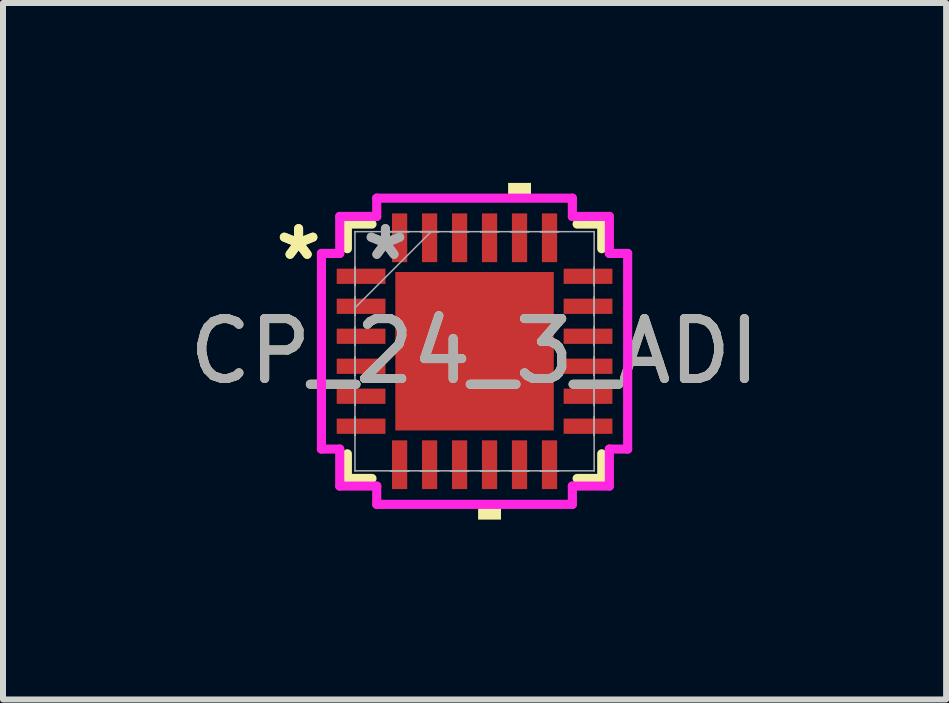
<source format=kicad_pcb>
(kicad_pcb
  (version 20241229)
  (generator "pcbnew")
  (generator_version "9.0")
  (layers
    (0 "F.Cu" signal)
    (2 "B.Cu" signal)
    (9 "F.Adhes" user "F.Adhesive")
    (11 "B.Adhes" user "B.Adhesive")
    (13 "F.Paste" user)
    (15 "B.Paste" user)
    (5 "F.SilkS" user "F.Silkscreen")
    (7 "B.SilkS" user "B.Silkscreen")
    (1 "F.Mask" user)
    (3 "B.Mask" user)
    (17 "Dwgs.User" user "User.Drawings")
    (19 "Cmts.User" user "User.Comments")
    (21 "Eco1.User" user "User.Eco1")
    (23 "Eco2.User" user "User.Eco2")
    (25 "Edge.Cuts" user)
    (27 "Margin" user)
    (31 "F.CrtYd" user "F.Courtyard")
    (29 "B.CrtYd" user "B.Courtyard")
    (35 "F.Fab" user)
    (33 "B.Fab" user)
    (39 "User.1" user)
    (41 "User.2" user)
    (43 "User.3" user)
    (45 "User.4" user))
  (footprint "CP_24_3_ADI"
    (layer "F.Cu")
    (at 4.863 2.807)
    (property "Reference" "CP_24_3_ADI" (at 0 0 0) (unlocked yes) (layer "F.SilkS") (effects (font (size 1 1) (thickness 0.15))))
    (attr smd)
    (fp_line (start -2.121 -2.121) (end -2.121 -1.71) (stroke (width 0.152) (type solid)) (layer "F.SilkS"))
    (fp_line (start -2.121 1.71) (end -2.121 2.121) (stroke (width 0.152) (type solid)) (layer "F.SilkS"))
    (fp_line (start -2.121 2.121) (end -1.71 2.121) (stroke (width 0.152) (type solid)) (layer "F.SilkS"))
    (fp_line (start -1.71 -2.121) (end -2.121 -2.121) (stroke (width 0.152) (type solid)) (layer "F.SilkS"))
    (fp_line (start 1.71 2.121) (end 2.121 2.121) (stroke (width 0.152) (type solid)) (layer "F.SilkS"))
    (fp_line (start 2.121 -2.121) (end 1.71 -2.121) (stroke (width 0.152) (type solid)) (layer "F.SilkS"))
    (fp_line (start 2.121 -1.71) (end 2.121 -2.121) (stroke (width 0.152) (type solid)) (layer "F.SilkS"))
    (fp_line (start 2.121 2.121) (end 2.121 1.71) (stroke (width 0.152) (type solid)) (layer "F.SilkS"))
    (fp_poly (pts (xy 0.059 2.553) (xy 0.059 2.807) (xy 0.441 2.807) (xy 0.441 2.553)) (stroke (width 0) (type solid)) (fill yes) (layer "F.SilkS"))
    (fp_poly (pts (xy 0.56 -2.553) (xy 0.56 -2.807) (xy 0.941 -2.807) (xy 0.941 -2.553)) (stroke (width 0) (type solid)) (fill yes) (layer "F.SilkS"))
    (fp_poly (pts (xy -1.221 -1.221) (xy -1.221 -0.1) (xy -0.1 -0.1) (xy -0.1 -1.221)) (stroke (width 0) (type solid)) (fill yes) (layer "F.Paste"))
    (fp_poly (pts (xy -1.221 0.1) (xy -1.221 1.221) (xy -0.1 1.221) (xy -0.1 0.1)) (stroke (width 0) (type solid)) (fill yes) (layer "F.Paste"))
    (fp_poly (pts (xy 0.1 -1.221) (xy 0.1 -0.1) (xy 1.221 -0.1) (xy 1.221 -1.221)) (stroke (width 0) (type solid)) (fill yes) (layer "F.Paste"))
    (fp_poly (pts (xy 0.1 0.1) (xy 0.1 1.221) (xy 1.221 1.221) (xy 1.221 0.1)) (stroke (width 0) (type solid)) (fill yes) (layer "F.Paste"))
    (fp_line (start -2.553 -1.631) (end -2.248 -1.631) (stroke (width 0.152) (type solid)) (layer "F.CrtYd"))
    (fp_line (start -2.553 1.631) (end -2.553 -1.631) (stroke (width 0.152) (type solid)) (layer "F.CrtYd"))
    (fp_line (start -2.248 -2.248) (end -1.631 -2.248) (stroke (width 0.152) (type solid)) (layer "F.CrtYd"))
    (fp_line (start -2.248 -1.631) (end -2.248 -2.248) (stroke (width 0.152) (type solid)) (layer "F.CrtYd"))
    (fp_line (start -2.248 1.631) (end -2.553 1.631) (stroke (width 0.152) (type solid)) (layer "F.CrtYd"))
    (fp_line (start -2.248 2.248) (end -2.248 1.631) (stroke (width 0.152) (type solid)) (layer "F.CrtYd"))
    (fp_line (start -1.631 -2.553) (end 1.631 -2.553) (stroke (width 0.152) (type solid)) (layer "F.CrtYd"))
    (fp_line (start -1.631 -2.248) (end -1.631 -2.553) (stroke (width 0.152) (type solid)) (layer "F.CrtYd"))
    (fp_line (start -1.631 2.248) (end -2.248 2.248) (stroke (width 0.152) (type solid)) (layer "F.CrtYd"))
    (fp_line (start -1.631 2.553) (end -1.631 2.248) (stroke (width 0.152) (type solid)) (layer "F.CrtYd"))
    (fp_line (start 1.631 -2.553) (end 1.631 -2.248) (stroke (width 0.152) (type solid)) (layer "F.CrtYd"))
    (fp_line (start 1.631 -2.248) (end 2.248 -2.248) (stroke (width 0.152) (type solid)) (layer "F.CrtYd"))
    (fp_line (start 1.631 2.248) (end 1.631 2.553) (stroke (width 0.152) (type solid)) (layer "F.CrtYd"))
    (fp_line (start 1.631 2.553) (end -1.631 2.553) (stroke (width 0.152) (type solid)) (layer "F.CrtYd"))
    (fp_line (start 2.248 -2.248) (end 2.248 -1.631) (stroke (width 0.152) (type solid)) (layer "F.CrtYd"))
    (fp_line (start 2.248 -1.631) (end 2.553 -1.631) (stroke (width 0.152) (type solid)) (layer "F.CrtYd"))
    (fp_line (start 2.248 1.631) (end 2.248 2.248) (stroke (width 0.152) (type solid)) (layer "F.CrtYd"))
    (fp_line (start 2.248 2.248) (end 1.631 2.248) (stroke (width 0.152) (type solid)) (layer "F.CrtYd"))
    (fp_line (start 2.553 -1.631) (end 2.553 1.631) (stroke (width 0.152) (type solid)) (layer "F.CrtYd"))
    (fp_line (start 2.553 1.631) (end 2.248 1.631) (stroke (width 0.152) (type solid)) (layer "F.CrtYd"))
    (fp_line (start -1.994 -1.994) (end -1.994 -1.994) (stroke (width 0.025) (type solid)) (layer "F.Fab"))
    (fp_line (start -1.994 -1.994) (end -1.994 1.994) (stroke (width 0.025) (type solid)) (layer "F.Fab"))
    (fp_line (start -1.994 -1.402) (end -1.994 -1.402) (stroke (width 0.025) (type solid)) (layer "F.Fab"))
    (fp_line (start -1.994 -1.402) (end -1.994 -1.098) (stroke (width 0.025) (type solid)) (layer "F.Fab"))
    (fp_line (start -1.994 -1.098) (end -1.994 -1.402) (stroke (width 0.025) (type solid)) (layer "F.Fab"))
    (fp_line (start -1.994 -1.098) (end -1.994 -1.098) (stroke (width 0.025) (type solid)) (layer "F.Fab"))
    (fp_line (start -1.994 -0.902) (end -1.994 -0.902) (stroke (width 0.025) (type solid)) (layer "F.Fab"))
    (fp_line (start -1.994 -0.902) (end -1.994 -0.598) (stroke (width 0.025) (type solid)) (layer "F.Fab"))
    (fp_line (start -1.994 -0.724) (end -0.724 -1.994) (stroke (width 0.025) (type solid)) (layer "F.Fab"))
    (fp_line (start -1.994 -0.598) (end -1.994 -0.902) (stroke (width 0.025) (type solid)) (layer "F.Fab"))
    (fp_line (start -1.994 -0.598) (end -1.994 -0.598) (stroke (width 0.025) (type solid)) (layer "F.Fab"))
    (fp_line (start -1.994 -0.402) (end -1.994 -0.402) (stroke (width 0.025) (type solid)) (layer "F.Fab"))
    (fp_line (start -1.994 -0.402) (end -1.994 -0.098) (stroke (width 0.025) (type solid)) (layer "F.Fab"))
    (fp_line (start -1.994 -0.098) (end -1.994 -0.402) (stroke (width 0.025) (type solid)) (layer "F.Fab"))
    (fp_line (start -1.994 -0.098) (end -1.994 -0.098) (stroke (width 0.025) (type solid)) (layer "F.Fab"))
    (fp_line (start -1.994 0.098) (end -1.994 0.098) (stroke (width 0.025) (type solid)) (layer "F.Fab"))
    (fp_line (start -1.994 0.098) (end -1.994 0.402) (stroke (width 0.025) (type solid)) (layer "F.Fab"))
    (fp_line (start -1.994 0.402) (end -1.994 0.098) (stroke (width 0.025) (type solid)) (layer "F.Fab"))
    (fp_line (start -1.994 0.402) (end -1.994 0.402) (stroke (width 0.025) (type solid)) (layer "F.Fab"))
    (fp_line (start -1.994 0.598) (end -1.994 0.598) (stroke (width 0.025) (type solid)) (layer "F.Fab"))
    (fp_line (start -1.994 0.598) (end -1.994 0.902) (stroke (width 0.025) (type solid)) (layer "F.Fab"))
    (fp_line (start -1.994 0.902) (end -1.994 0.598) (stroke (width 0.025) (type solid)) (layer "F.Fab"))
    (fp_line (start -1.994 0.902) (end -1.994 0.902) (stroke (width 0.025) (type solid)) (layer "F.Fab"))
    (fp_line (start -1.994 1.098) (end -1.994 1.098) (stroke (width 0.025) (type solid)) (layer "F.Fab"))
    (fp_line (start -1.994 1.098) (end -1.994 1.402) (stroke (width 0.025) (type solid)) (layer "F.Fab"))
    (fp_line (start -1.994 1.402) (end -1.994 1.098) (stroke (width 0.025) (type solid)) (layer "F.Fab"))
    (fp_line (start -1.994 1.402) (end -1.994 1.402) (stroke (width 0.025) (type solid)) (layer "F.Fab"))
    (fp_line (start -1.994 1.994) (end -1.994 1.994) (stroke (width 0.025) (type solid)) (layer "F.Fab"))
    (fp_line (start -1.994 1.994) (end 1.994 1.994) (stroke (width 0.025) (type solid)) (layer "F.Fab"))
    (fp_line (start -1.402 -1.994) (end -1.402 -1.994) (stroke (width 0.025) (type solid)) (layer "F.Fab"))
    (fp_line (start -1.402 -1.994) (end -1.098 -1.994) (stroke (width 0.025) (type solid)) (layer "F.Fab"))
    (fp_line (start -1.402 1.994) (end -1.402 1.994) (stroke (width 0.025) (type solid)) (layer "F.Fab"))
    (fp_line (start -1.402 1.994) (end -1.098 1.994) (stroke (width 0.025) (type solid)) (layer "F.Fab"))
    (fp_line (start -1.098 -1.994) (end -1.402 -1.994) (stroke (width 0.025) (type solid)) (layer "F.Fab"))
    (fp_line (start -1.098 -1.994) (end -1.098 -1.994) (stroke (width 0.025) (type solid)) (layer "F.Fab"))
    (fp_line (start -1.098 1.994) (end -1.402 1.994) (stroke (width 0.025) (type solid)) (layer "F.Fab"))
    (fp_line (start -1.098 1.994) (end -1.098 1.994) (stroke (width 0.025) (type solid)) (layer "F.Fab"))
    (fp_line (start -0.902 -1.994) (end -0.902 -1.994) (stroke (width 0.025) (type solid)) (layer "F.Fab"))
    (fp_line (start -0.902 -1.994) (end -0.598 -1.994) (stroke (width 0.025) (type solid)) (layer "F.Fab"))
    (fp_line (start -0.902 1.994) (end -0.902 1.994) (stroke (width 0.025) (type solid)) (layer "F.Fab"))
    (fp_line (start -0.902 1.994) (end -0.598 1.994) (stroke (width 0.025) (type solid)) (layer "F.Fab"))
    (fp_line (start -0.598 -1.994) (end -0.902 -1.994) (stroke (width 0.025) (type solid)) (layer "F.Fab"))
    (fp_line (start -0.598 -1.994) (end -0.598 -1.994) (stroke (width 0.025) (type solid)) (layer "F.Fab"))
    (fp_line (start -0.598 1.994) (end -0.902 1.994) (stroke (width 0.025) (type solid)) (layer "F.Fab"))
    (fp_line (start -0.598 1.994) (end -0.598 1.994) (stroke (width 0.025) (type solid)) (layer "F.Fab"))
    (fp_line (start -0.402 -1.994) (end -0.402 -1.994) (stroke (width 0.025) (type solid)) (layer "F.Fab"))
    (fp_line (start -0.402 -1.994) (end -0.098 -1.994) (stroke (width 0.025) (type solid)) (layer "F.Fab"))
    (fp_line (start -0.402 1.994) (end -0.402 1.994) (stroke (width 0.025) (type solid)) (layer "F.Fab"))
    (fp_line (start -0.402 1.994) (end -0.098 1.994) (stroke (width 0.025) (type solid)) (layer "F.Fab"))
    (fp_line (start -0.098 -1.994) (end -0.402 -1.994) (stroke (width 0.025) (type solid)) (layer "F.Fab"))
    (fp_line (start -0.098 -1.994) (end -0.098 -1.994) (stroke (width 0.025) (type solid)) (layer "F.Fab"))
    (fp_line (start -0.098 1.994) (end -0.402 1.994) (stroke (width 0.025) (type solid)) (layer "F.Fab"))
    (fp_line (start -0.098 1.994) (end -0.098 1.994) (stroke (width 0.025) (type solid)) (layer "F.Fab"))
    (fp_line (start 0.098 -1.994) (end 0.098 -1.994) (stroke (width 0.025) (type solid)) (layer "F.Fab"))
    (fp_line (start 0.098 -1.994) (end 0.402 -1.994) (stroke (width 0.025) (type solid)) (layer "F.Fab"))
    (fp_line (start 0.098 1.994) (end 0.098 1.994) (stroke (width 0.025) (type solid)) (layer "F.Fab"))
    (fp_line (start 0.098 1.994) (end 0.402 1.994) (stroke (width 0.025) (type solid)) (layer "F.Fab"))
    (fp_line (start 0.402 -1.994) (end 0.098 -1.994) (stroke (width 0.025) (type solid)) (layer "F.Fab"))
    (fp_line (start 0.402 -1.994) (end 0.402 -1.994) (stroke (width 0.025) (type solid)) (layer "F.Fab"))
    (fp_line (start 0.402 1.994) (end 0.098 1.994) (stroke (width 0.025) (type solid)) (layer "F.Fab"))
    (fp_line (start 0.402 1.994) (end 0.402 1.994) (stroke (width 0.025) (type solid)) (layer "F.Fab"))
    (fp_line (start 0.598 -1.994) (end 0.598 -1.994) (stroke (width 0.025) (type solid)) (layer "F.Fab"))
    (fp_line (start 0.598 -1.994) (end 0.902 -1.994) (stroke (width 0.025) (type solid)) (layer "F.Fab"))
    (fp_line (start 0.598 1.994) (end 0.598 1.994) (stroke (width 0.025) (type solid)) (layer "F.Fab"))
    (fp_line (start 0.598 1.994) (end 0.902 1.994) (stroke (width 0.025) (type solid)) (layer "F.Fab"))
    (fp_line (start 0.902 -1.994) (end 0.598 -1.994) (stroke (width 0.025) (type solid)) (layer "F.Fab"))
    (fp_line (start 0.902 -1.994) (end 0.902 -1.994) (stroke (width 0.025) (type solid)) (layer "F.Fab"))
    (fp_line (start 0.902 1.994) (end 0.598 1.994) (stroke (width 0.025) (type solid)) (layer "F.Fab"))
    (fp_line (start 0.902 1.994) (end 0.902 1.994) (stroke (width 0.025) (type solid)) (layer "F.Fab"))
    (fp_line (start 1.098 -1.994) (end 1.098 -1.994) (stroke (width 0.025) (type solid)) (layer "F.Fab"))
    (fp_line (start 1.098 -1.994) (end 1.402 -1.994) (stroke (width 0.025) (type solid)) (layer "F.Fab"))
    (fp_line (start 1.098 1.994) (end 1.098 1.994) (stroke (width 0.025) (type solid)) (layer "F.Fab"))
    (fp_line (start 1.098 1.994) (end 1.402 1.994) (stroke (width 0.025) (type solid)) (layer "F.Fab"))
    (fp_line (start 1.402 -1.994) (end 1.098 -1.994) (stroke (width 0.025) (type solid)) (layer "F.Fab"))
    (fp_line (start 1.402 -1.994) (end 1.402 -1.994) (stroke (width 0.025) (type solid)) (layer "F.Fab"))
    (fp_line (start 1.402 1.994) (end 1.098 1.994) (stroke (width 0.025) (type solid)) (layer "F.Fab"))
    (fp_line (start 1.402 1.994) (end 1.402 1.994) (stroke (width 0.025) (type solid)) (layer "F.Fab"))
    (fp_line (start 1.994 -1.994) (end -1.994 -1.994) (stroke (width 0.025) (type solid)) (layer "F.Fab"))
    (fp_line (start 1.994 -1.994) (end 1.994 -1.994) (stroke (width 0.025) (type solid)) (layer "F.Fab"))
    (fp_line (start 1.994 -1.402) (end 1.994 -1.402) (stroke (width 0.025) (type solid)) (layer "F.Fab"))
    (fp_line (start 1.994 -1.402) (end 1.994 -1.098) (stroke (width 0.025) (type solid)) (layer "F.Fab"))
    (fp_line (start 1.994 -1.098) (end 1.994 -1.402) (stroke (width 0.025) (type solid)) (layer "F.Fab"))
    (fp_line (start 1.994 -1.098) (end 1.994 -1.098) (stroke (width 0.025) (type solid)) (layer "F.Fab"))
    (fp_line (start 1.994 -0.902) (end 1.994 -0.902) (stroke (width 0.025) (type solid)) (layer "F.Fab"))
    (fp_line (start 1.994 -0.902) (end 1.994 -0.598) (stroke (width 0.025) (type solid)) (layer "F.Fab"))
    (fp_line (start 1.994 -0.598) (end 1.994 -0.902) (stroke (width 0.025) (type solid)) (layer "F.Fab"))
    (fp_line (start 1.994 -0.598) (end 1.994 -0.598) (stroke (width 0.025) (type solid)) (layer "F.Fab"))
    (fp_line (start 1.994 -0.402) (end 1.994 -0.402) (stroke (width 0.025) (type solid)) (layer "F.Fab"))
    (fp_line (start 1.994 -0.402) (end 1.994 -0.098) (stroke (width 0.025) (type solid)) (layer "F.Fab"))
    (fp_line (start 1.994 -0.098) (end 1.994 -0.402) (stroke (width 0.025) (type solid)) (layer "F.Fab"))
    (fp_line (start 1.994 -0.098) (end 1.994 -0.098) (stroke (width 0.025) (type solid)) (layer "F.Fab"))
    (fp_line (start 1.994 0.098) (end 1.994 0.098) (stroke (width 0.025) (type solid)) (layer "F.Fab"))
    (fp_line (start 1.994 0.098) (end 1.994 0.402) (stroke (width 0.025) (type solid)) (layer "F.Fab"))
    (fp_line (start 1.994 0.402) (end 1.994 0.098) (stroke (width 0.025) (type solid)) (layer "F.Fab"))
    (fp_line (start 1.994 0.402) (end 1.994 0.402) (stroke (width 0.025) (type solid)) (layer "F.Fab"))
    (fp_line (start 1.994 0.598) (end 1.994 0.598) (stroke (width 0.025) (type solid)) (layer "F.Fab"))
    (fp_line (start 1.994 0.598) (end 1.994 0.902) (stroke (width 0.025) (type solid)) (layer "F.Fab"))
    (fp_line (start 1.994 0.902) (end 1.994 0.598) (stroke (width 0.025) (type solid)) (layer "F.Fab"))
    (fp_line (start 1.994 0.902) (end 1.994 0.902) (stroke (width 0.025) (type solid)) (layer "F.Fab"))
    (fp_line (start 1.994 1.098) (end 1.994 1.098) (stroke (width 0.025) (type solid)) (layer "F.Fab"))
    (fp_line (start 1.994 1.098) (end 1.994 1.402) (stroke (width 0.025) (type solid)) (layer "F.Fab"))
    (fp_line (start 1.994 1.402) (end 1.994 1.098) (stroke (width 0.025) (type solid)) (layer "F.Fab"))
    (fp_line (start 1.994 1.402) (end 1.994 1.402) (stroke (width 0.025) (type solid)) (layer "F.Fab"))
    (fp_line (start 1.994 1.994) (end 1.994 -1.994) (stroke (width 0.025) (type solid)) (layer "F.Fab"))
    (fp_line (start 1.994 1.994) (end 1.994 1.994) (stroke (width 0.025) (type solid)) (layer "F.Fab"))
    (fp_text user "*" (at -2.934 -1.5 0) (unlocked yes) (layer "F.SilkS") (effects (font (size 1 1) (thickness 0.15))))
    (fp_text user "*" (at -2.934 -1.5 0) (layer "F.SilkS") (effects (font (size 1 1) (thickness 0.15))))
    (fp_text user "*" (at -1.486 -1.5 0) (unlocked yes) (layer "F.Fab") (effects (font (size 1 1) (thickness 0.15))))
    (fp_text user "${REFERENCE}" (at 0 0 0) (unlocked yes) (layer "F.Fab") (effects (font (size 1 1) (thickness 0.15))))
    (fp_text user "*" (at -1.486 -1.5 0) (layer "F.Fab") (effects (font (size 1 1) (thickness 0.15))))
    (pad "1" smd rect (at -1.892 -1.25 90) (size 0.254 0.813) (layers "F.Cu" "F.Mask" "F.Paste"))
    (pad "2" smd rect (at -1.892 -0.75 90) (size 0.254 0.813) (layers "F.Cu" "F.Mask" "F.Paste"))
    (pad "3" smd rect (at -1.892 -0.25 90) (size 0.254 0.813) (layers "F.Cu" "F.Mask" "F.Paste"))
    (pad "4" smd rect (at -1.892 0.25 90) (size 0.254 0.813) (layers "F.Cu" "F.Mask" "F.Paste"))
    (pad "5" smd rect (at -1.892 0.75 90) (size 0.254 0.813) (layers "F.Cu" "F.Mask" "F.Paste"))
    (pad "6" smd rect (at -1.892 1.25 90) (size 0.254 0.813) (layers "F.Cu" "F.Mask" "F.Paste"))
    (pad "7" smd rect (at -1.25 1.892) (size 0.254 0.813) (layers "F.Cu" "F.Mask" "F.Paste"))
    (pad "8" smd rect (at -0.75 1.892) (size 0.254 0.813) (layers "F.Cu" "F.Mask" "F.Paste"))
    (pad "9" smd rect (at -0.25 1.892) (size 0.254 0.813) (layers "F.Cu" "F.Mask" "F.Paste"))
    (pad "10" smd rect (at 0.25 1.892) (size 0.254 0.813) (layers "F.Cu" "F.Mask" "F.Paste"))
    (pad "11" smd rect (at 0.75 1.892) (size 0.254 0.813) (layers "F.Cu" "F.Mask" "F.Paste"))
    (pad "12" smd rect (at 1.25 1.892) (size 0.254 0.813) (layers "F.Cu" "F.Mask" "F.Paste"))
    (pad "13" smd rect (at 1.892 1.25 90) (size 0.254 0.813) (layers "F.Cu" "F.Mask" "F.Paste"))
    (pad "14" smd rect (at 1.892 0.75 90) (size 0.254 0.813) (layers "F.Cu" "F.Mask" "F.Paste"))
    (pad "15" smd rect (at 1.892 0.25 90) (size 0.254 0.813) (layers "F.Cu" "F.Mask" "F.Paste"))
    (pad "16" smd rect (at 1.892 -0.25 90) (size 0.254 0.813) (layers "F.Cu" "F.Mask" "F.Paste"))
    (pad "17" smd rect (at 1.892 -0.75 90) (size 0.254 0.813) (layers "F.Cu" "F.Mask" "F.Paste"))
    (pad "18" smd rect (at 1.892 -1.25 90) (size 0.254 0.813) (layers "F.Cu" "F.Mask" "F.Paste"))
    (pad "19" smd rect (at 1.25 -1.892) (size 0.254 0.813) (layers "F.Cu" "F.Mask" "F.Paste"))
    (pad "20" smd rect (at 0.75 -1.892) (size 0.254 0.813) (layers "F.Cu" "F.Mask" "F.Paste"))
    (pad "21" smd rect (at 0.25 -1.892) (size 0.254 0.813) (layers "F.Cu" "F.Mask" "F.Paste"))
    (pad "22" smd rect (at -0.25 -1.892) (size 0.254 0.813) (layers "F.Cu" "F.Mask" "F.Paste"))
    (pad "23" smd rect (at -0.75 -1.892) (size 0.254 0.813) (layers "F.Cu" "F.Mask" "F.Paste"))
    (pad "24" smd rect (at -1.25 -1.892) (size 0.254 0.813) (layers "F.Cu" "F.Mask" "F.Paste"))
    (pad "25" smd rect (at 0 0) (size 2.642 2.642) (layers "F.Cu" "F.Mask" "F.Paste")))
  (gr_rect
    (start -3 -3)
    (end 12.726 8.613)
    (stroke (width 0.1) (type default))
    (fill no)
    (layer "Edge.Cuts")))
</source>
